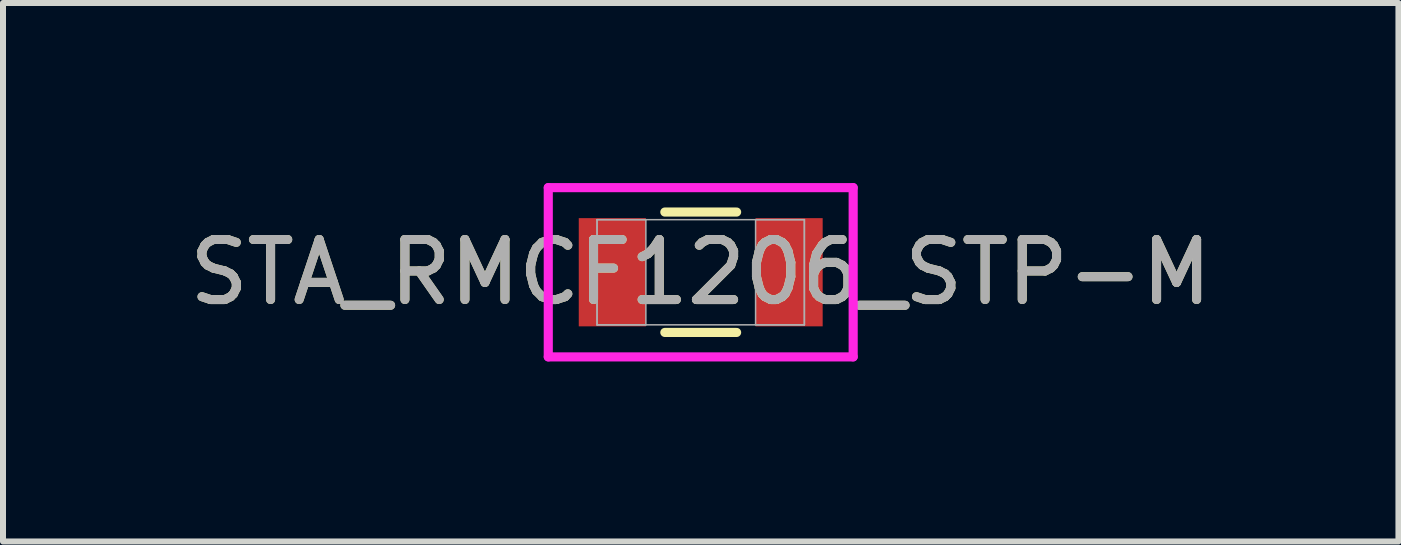
<source format=kicad_pcb>
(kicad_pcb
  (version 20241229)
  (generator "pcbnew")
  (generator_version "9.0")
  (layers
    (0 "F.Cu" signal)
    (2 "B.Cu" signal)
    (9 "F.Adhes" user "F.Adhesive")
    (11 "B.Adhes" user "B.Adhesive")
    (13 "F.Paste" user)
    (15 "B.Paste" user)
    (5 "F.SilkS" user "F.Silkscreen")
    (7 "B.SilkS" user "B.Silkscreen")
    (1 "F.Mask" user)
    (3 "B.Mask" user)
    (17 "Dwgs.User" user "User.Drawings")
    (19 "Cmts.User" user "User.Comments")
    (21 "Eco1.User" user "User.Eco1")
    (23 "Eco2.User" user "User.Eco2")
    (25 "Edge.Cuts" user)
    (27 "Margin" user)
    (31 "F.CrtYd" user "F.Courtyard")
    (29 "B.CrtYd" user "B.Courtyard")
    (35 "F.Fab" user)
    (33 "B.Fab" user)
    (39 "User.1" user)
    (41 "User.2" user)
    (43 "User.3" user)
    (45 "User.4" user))
  (footprint "STA_RMCF1206_STP-M"
    (layer "F.Cu")
    (at 8.625 1.486)
    (property "Reference" "STA_RMCF1206_STP-M" (at 0 0 0) (unlocked yes) (layer "F.SilkS") (effects (font (size 1 1) (thickness 0.15))))
    (attr smd)
    (fp_line (start -0.598 1.003) (end 0.598 1.003) (stroke (width 0.152) (type solid)) (layer "F.SilkS"))
    (fp_line (start 0.598 -1.003) (end -0.598 -1.003) (stroke (width 0.152) (type solid)) (layer "F.SilkS"))
    (fp_line (start -2.54 -1.41) (end 2.54 -1.41) (stroke (width 0.152) (type solid)) (layer "F.CrtYd"))
    (fp_line (start -2.54 1.41) (end -2.54 -1.41) (stroke (width 0.152) (type solid)) (layer "F.CrtYd"))
    (fp_line (start 2.54 -1.41) (end 2.54 1.41) (stroke (width 0.152) (type solid)) (layer "F.CrtYd"))
    (fp_line (start 2.54 1.41) (end -2.54 1.41) (stroke (width 0.152) (type solid)) (layer "F.CrtYd"))
    (fp_line (start -1.727 -0.876) (end -1.727 0.876) (stroke (width 0.025) (type solid)) (layer "F.Fab"))
    (fp_line (start -1.727 -0.876) (end -1.727 0.876) (stroke (width 0.025) (type solid)) (layer "F.Fab"))
    (fp_line (start -1.727 0.876) (end -0.914 0.876) (stroke (width 0.025) (type solid)) (layer "F.Fab"))
    (fp_line (start -1.727 0.876) (end 1.727 0.876) (stroke (width 0.025) (type solid)) (layer "F.Fab"))
    (fp_line (start -0.914 -0.876) (end -1.727 -0.876) (stroke (width 0.025) (type solid)) (layer "F.Fab"))
    (fp_line (start -0.914 0.876) (end -0.914 -0.876) (stroke (width 0.025) (type solid)) (layer "F.Fab"))
    (fp_line (start 0.914 -0.876) (end 0.914 0.876) (stroke (width 0.025) (type solid)) (layer "F.Fab"))
    (fp_line (start 0.914 0.876) (end 1.727 0.876) (stroke (width 0.025) (type solid)) (layer "F.Fab"))
    (fp_line (start 1.727 -0.876) (end -1.727 -0.876) (stroke (width 0.025) (type solid)) (layer "F.Fab"))
    (fp_line (start 1.727 -0.876) (end 0.914 -0.876) (stroke (width 0.025) (type solid)) (layer "F.Fab"))
    (fp_line (start 1.727 0.876) (end 1.727 -0.876) (stroke (width 0.025) (type solid)) (layer "F.Fab"))
    (fp_line (start 1.727 0.876) (end 1.727 -0.876) (stroke (width 0.025) (type solid)) (layer "F.Fab"))
    (fp_text user "${REFERENCE}" (at 0 0 0) (unlocked yes) (layer "F.Fab") (effects (font (size 1 1) (thickness 0.15))))
    (pad "1" smd rect (at -1.473 0) (size 1.118 1.803) (layers "F.Cu" "F.Mask" "F.Paste"))
    (pad "2" smd rect (at 1.473 0) (size 1.118 1.803) (layers "F.Cu" "F.Mask" "F.Paste"))
    (zone (net_name "") (layer "F.Cu") (hatch full 0.508) (connect_pads) (min_thickness 0.254) (filled_areas_thickness no) (keepout (tracks not_allowed) (vias not_allowed) (pads allowed) (copperpour not_allowed) (footprints allowed)) (placement (enabled no)) (fill) (polygon (pts (xy 7.761 0.66) (xy 9.489 0.66) (xy 9.489 2.311) (xy 7.761 2.311)))))
  (gr_rect
    (start -3 -3)
    (end 20.25 5.972)
    (stroke (width 0.1) (type default))
    (fill no)
    (layer "Edge.Cuts")))
</source>
